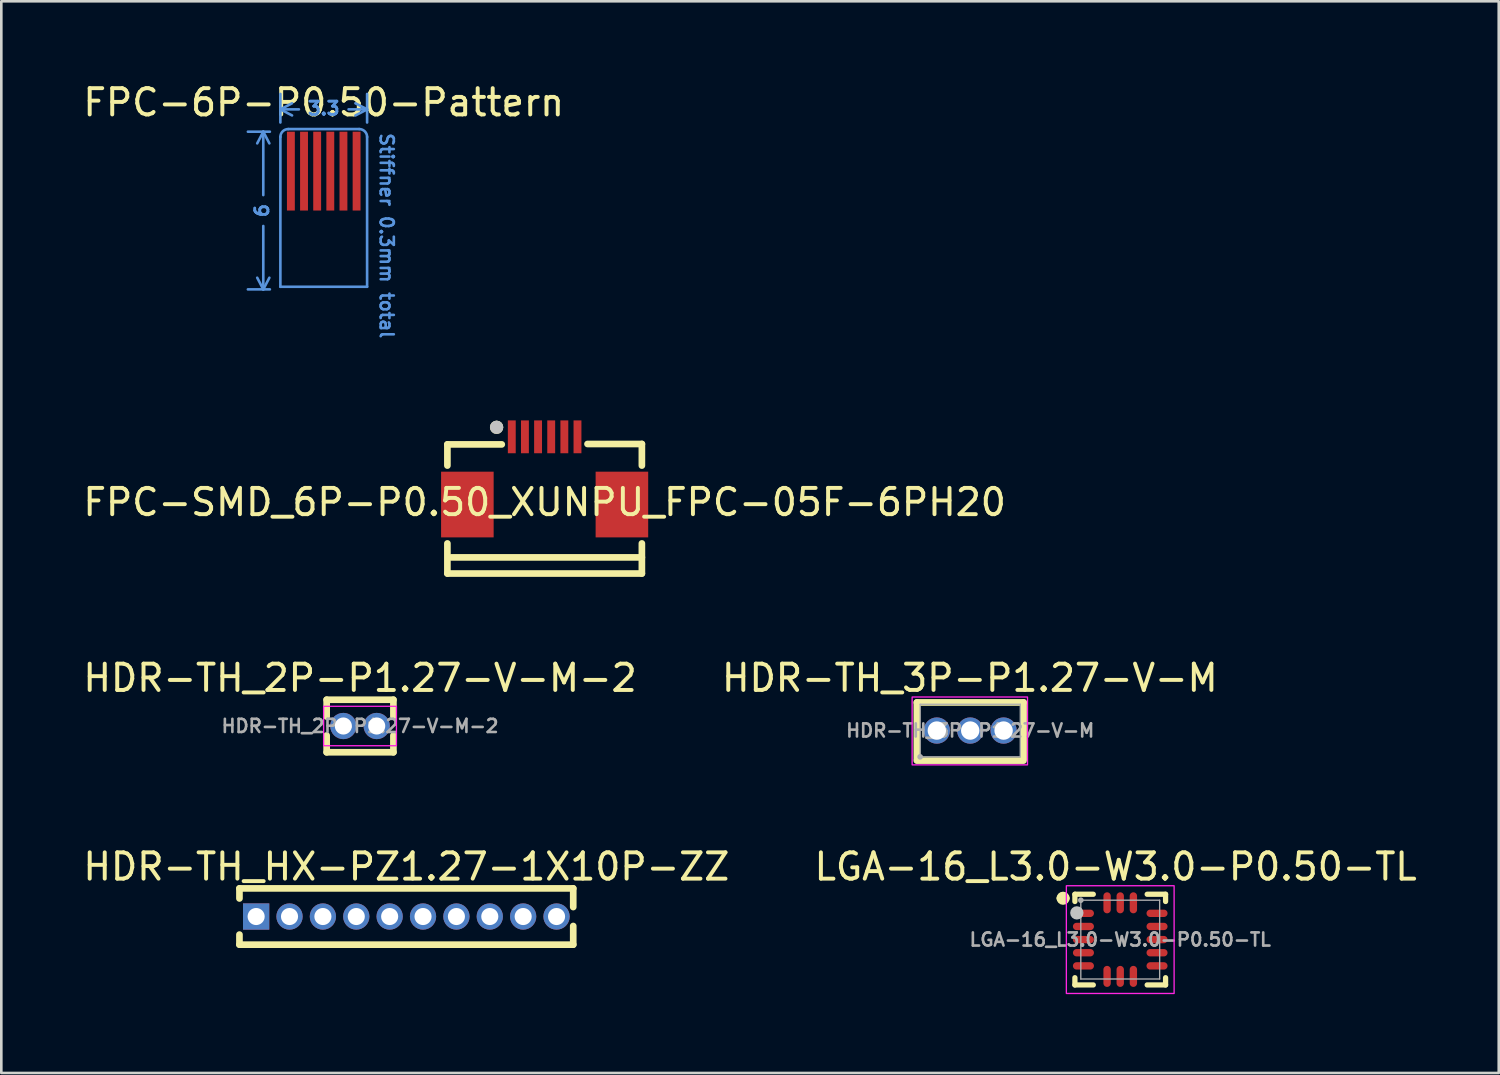
<source format=kicad_pcb>
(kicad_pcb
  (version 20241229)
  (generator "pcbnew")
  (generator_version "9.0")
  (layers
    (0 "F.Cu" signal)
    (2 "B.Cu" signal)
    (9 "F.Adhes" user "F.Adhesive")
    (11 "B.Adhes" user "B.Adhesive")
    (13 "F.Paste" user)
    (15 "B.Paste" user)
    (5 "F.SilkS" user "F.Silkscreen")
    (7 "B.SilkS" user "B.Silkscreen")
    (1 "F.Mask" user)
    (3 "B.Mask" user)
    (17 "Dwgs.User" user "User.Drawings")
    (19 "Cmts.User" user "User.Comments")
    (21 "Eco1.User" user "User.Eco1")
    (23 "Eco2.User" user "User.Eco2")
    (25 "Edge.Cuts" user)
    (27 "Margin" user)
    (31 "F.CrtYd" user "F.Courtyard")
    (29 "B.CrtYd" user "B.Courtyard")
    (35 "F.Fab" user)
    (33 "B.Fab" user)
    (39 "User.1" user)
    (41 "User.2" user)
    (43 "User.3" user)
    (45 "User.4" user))
  (footprint "FPC-6P-P0.50-Pattern"
    (layer "F.Cu")
    (at 9.268 3.461)
    (property "Reference" "FPC-6P-P0.50-Pattern" (at 0 -2.612 0) (layer "F.SilkS") (effects (font (size 1 1) (thickness 0.15))))
    (fp_line (start -1.65 4.4) (end -1.65 -1.3) (stroke (width 0.1) (type solid)) (layer "Cmts.User"))
    (fp_line (start -1.35 -1.6) (end 1.35 -1.6) (stroke (width 0.1) (type solid)) (layer "Cmts.User"))
    (fp_line (start 1.65 -1.3) (end 1.65 4.4) (stroke (width 0.1) (type solid)) (layer "Cmts.User"))
    (fp_line (start 1.65 4.4) (end -1.65 4.4) (stroke (width 0.1) (type solid)) (layer "Cmts.User"))
    (fp_arc (start -1.65 -1.3) (mid -1.562132 -1.512132) (end -1.35 -1.6) (stroke (width 0.1) (type solid)) (layer "Cmts.User"))
    (fp_arc (start 1.35 -1.6) (mid 1.562132 -1.512132) (end 1.65 -1.3) (stroke (width 0.1) (type solid)) (layer "Cmts.User"))
    (fp_text user "Stiffner 0.3mm total" (at 2.1 -1.5 270) (unlocked yes) (layer "Cmts.User") (effects (font (size 0.5 0.5) (thickness 0.1) (bold yes)) (justify left bottom)))
    (dimension (type orthogonal) (layer "Cmts.User") (pts (xy 7.618 2.111) (xy 10.918 2.111)) (height -1) (orientation 0) (format (prefix "") (suffix "") (units 3) (units_format 0) (precision 4) (suppress_zeroes yes)) (style (thickness 0.1) (arrow_length 0.5) (text_position_mode 2) (arrow_direction outward) (extension_height 0.586) (extension_offset 0.5) (keep_text_aligned yes)) (gr_text "3.3" (at 9.268 1.072 0) (layer "Cmts.User") (effects (font (size 0.5 0.5) (thickness 0.1) (bold yes)))))
    (dimension (type orthogonal) (layer "Cmts.User") (pts (xy 7.718 1.961) (xy 7.718 7.961)) (height -0.75) (orientation 1) (format (prefix "") (suffix "") (units 3) (units_format 0) (precision 4) (suppress_zeroes yes)) (style (thickness 0.1) (arrow_length 0.5) (text_position_mode 2) (arrow_direction outward) (extension_height 0.586) (extension_offset 0.5) (keep_text_aligned yes)) (gr_text "6" (at 6.918 4.961 90) (layer "Cmts.User") (effects (font (size 0.5 0.5) (thickness 0.1) (bold yes)))))
    (pad "1" smd rect (at -1.25 0) (size 0.3 3) (layers "F.Cu" "F.Mask"))
    (pad "2" smd rect (at -0.75 0) (size 0.3 3) (layers "F.Cu" "F.Mask"))
    (pad "3" smd rect (at -0.25 0) (size 0.3 3) (layers "F.Cu" "F.Mask"))
    (pad "4" smd rect (at 0.25 0) (size 0.3 3) (layers "F.Cu" "F.Mask"))
    (pad "5" smd rect (at 0.75 0) (size 0.3 3) (layers "F.Cu" "F.Mask"))
    (pad "6" smd rect (at 1.25 0) (size 0.3 3) (layers "F.Cu" "F.Mask")))
  (footprint "HDR-TH_2P-P1.27-V-M-2"
    (layer "F.Cu")
    (at 10.649 24.574)
    (property "Reference" "HDR-TH_2P-P1.27-V-M-2" (at 0 -1.827 0) (layer "F.SilkS") (effects (font (size 1 1) (thickness 0.15))))
    (fp_line (start -1.27 -1) (end 1.27 -1) (stroke (width 0.254) (type default)) (layer "F.SilkS"))
    (fp_line (start -1.27 -0.36) (end -1.27 -1) (stroke (width 0.254) (type default)) (layer "F.SilkS"))
    (fp_line (start -1.27 1) (end -1.27 0.36) (stroke (width 0.254) (type default)) (layer "F.SilkS"))
    (fp_line (start 1.27 -0.36) (end 1.27 -1) (stroke (width 0.254) (type default)) (layer "F.SilkS"))
    (fp_line (start 1.27 1) (end -1.27 1) (stroke (width 0.254) (type default)) (layer "F.SilkS"))
    (fp_line (start 1.27 1) (end 1.27 0.36) (stroke (width 0.254) (type default)) (layer "F.SilkS"))
    (fp_rect (start -1.385 -0.75) (end 1.385 0.75) (stroke (width 0.05) (type default)) (fill no) (layer "F.CrtYd"))
    (fp_text user "${REFERENCE}" (at 0 0 0) (layer "F.Fab") (effects (font (size 0.5 0.5) (thickness 0.1))))
    (pad "1" thru_hole circle (at -0.635 0) (size 1 1) (drill 0.65) (layers "*.Cu" "*.Mask"))
    (pad "2" thru_hole circle (at 0.635 0) (size 1 1) (drill 0.65) (layers "*.Cu" "*.Mask")))
  (footprint "HDR-TH_HX-PZ1.27-1X10P-ZZ"
    (layer "F.Cu")
    (at 12.411 31.823)
    (property "Reference" "HDR-TH_HX-PZ1.27-1X10P-ZZ" (at 0 -1.897 0) (layer "F.SilkS") (effects (font (size 1 1) (thickness 0.15))))
    (fp_line (start -6.35 -1.07) (end 6.35 -1.07) (stroke (width 0.254) (type default)) (layer "F.SilkS"))
    (fp_line (start -6.35 -0.687) (end -6.35 -1.07) (stroke (width 0.254) (type default)) (layer "F.SilkS"))
    (fp_line (start -6.35 1.07) (end -6.35 0.687) (stroke (width 0.254) (type default)) (layer "F.SilkS"))
    (fp_line (start -6.35 1.07) (end 6.35 1.07) (stroke (width 0.254) (type default)) (layer "F.SilkS"))
    (fp_line (start 6.35 -1.07) (end 6.35 -0.36) (stroke (width 0.254) (type default)) (layer "F.SilkS"))
    (fp_line (start 6.35 0.36) (end 6.35 1.07) (stroke (width 0.254) (type default)) (layer "F.SilkS"))
    (fp_poly (pts (xy -6.295 0.977) (xy -6.327 0.945) (xy -6.373 0.945) (xy -6.405 0.977) (xy -6.405 1.023) (xy -6.373 1.055) (xy -6.327 1.055) (xy -6.295 1.023)) (stroke (width 0.1) (type default)) (fill no) (layer "User.3"))
    (pad "1" thru_hole rect (at -5.715 0) (size 1 1) (drill 0.65) (layers "*.Cu" "*.Mask"))
    (pad "2" thru_hole circle (at -4.445 0) (size 1 1) (drill 0.65) (layers "*.Cu" "*.Mask"))
    (pad "3" thru_hole circle (at -3.175 0) (size 1 1) (drill 0.65) (layers "*.Cu" "*.Mask"))
    (pad "4" thru_hole circle (at -1.905 0) (size 1 1) (drill 0.65) (layers "*.Cu" "*.Mask"))
    (pad "5" thru_hole circle (at -0.635 0) (size 1 1) (drill 0.65) (layers "*.Cu" "*.Mask"))
    (pad "6" thru_hole circle (at 0.635 0) (size 1 1) (drill 0.65) (layers "*.Cu" "*.Mask"))
    (pad "7" thru_hole circle (at 1.905 0) (size 1 1) (drill 0.65) (layers "*.Cu" "*.Mask"))
    (pad "8" thru_hole circle (at 3.175 0) (size 1 1) (drill 0.65) (layers "*.Cu" "*.Mask"))
    (pad "9" thru_hole circle (at 4.445 0) (size 1 1) (drill 0.65) (layers "*.Cu" "*.Mask"))
    (pad "10" thru_hole circle (at 5.715 0) (size 1 1) (drill 0.65) (layers "*.Cu" "*.Mask")))
  (footprint "FPC-SMD_6P-P0.50_XUNPU_FPC-05F-6PH20"
    (layer "F.Cu")
    (at 17.673 14.859)
    (property "Reference" "FPC-SMD_6P-P0.50_XUNPU_FPC-05F-6PH20" (at 0 1.2 0) (layer "F.SilkS") (effects (font (size 1 1) (thickness 0.15))))
    (fp_line (start -3.7 -1) (end -1.631 -1) (stroke (width 0.254) (type default)) (layer "F.SilkS"))
    (fp_line (start -3.7 -0.194) (end -3.7 -1) (stroke (width 0.254) (type default)) (layer "F.SilkS"))
    (fp_line (start -3.7 3.913) (end -3.7 2.768) (stroke (width 0.254) (type default)) (layer "F.SilkS"))
    (fp_line (start -3.7 3.913) (end 3.7 3.913) (stroke (width 0.254) (type default)) (layer "F.SilkS"))
    (fp_line (start -3.55 3.3) (end 3.7 3.3) (stroke (width 0.254) (type default)) (layer "F.SilkS"))
    (fp_line (start 3.7 -1.016) (end 1.631 -1.016) (stroke (width 0.254) (type default)) (layer "F.SilkS"))
    (fp_line (start 3.7 -0.194) (end 3.7 -1.016) (stroke (width 0.254) (type default)) (layer "F.SilkS"))
    (fp_line (start 3.7 3.913) (end 3.7 2.768) (stroke (width 0.254) (type default)) (layer "F.SilkS"))
    (fp_circle (center -1.827 -1.651) (end -1.7 -1.651) (stroke (width 0.254) (type default)) (fill no) (layer "F.SilkS"))
    (fp_circle (center -1.827 -1.651) (end -1.7 -1.651) (stroke (width 0.254) (type default)) (fill no) (layer "Dwgs.User"))
    (fp_poly (pts (xy -3.7 1.8) (xy -2.25 1.8) (xy -2.25 0.7) (xy -3.7 0.7)) (stroke (width 0.1) (type default)) (fill no) (layer "User.1"))
    (fp_poly (pts (xy -1.35 -1.65) (xy -1.35 -0.8) (xy -1.15 -0.8) (xy -1.15 -1.65)) (stroke (width 0.1) (type default)) (fill no) (layer "User.1"))
    (fp_poly (pts (xy -0.85 -1.65) (xy -0.85 -0.8) (xy -0.65 -0.8) (xy -0.65 -1.65)) (stroke (width 0.1) (type default)) (fill no) (layer "User.1"))
    (fp_poly (pts (xy -0.35 -1.65) (xy -0.35 -0.8) (xy -0.15 -0.8) (xy -0.15 -1.65)) (stroke (width 0.1) (type default)) (fill no) (layer "User.1"))
    (fp_poly (pts (xy 0.15 -1.65) (xy 0.15 -0.8) (xy 0.35 -0.8) (xy 0.35 -1.65)) (stroke (width 0.1) (type default)) (fill no) (layer "User.1"))
    (fp_poly (pts (xy 0.65 -1.65) (xy 0.65 -0.8) (xy 0.85 -0.8) (xy 0.85 -1.65)) (stroke (width 0.1) (type default)) (fill no) (layer "User.1"))
    (fp_poly (pts (xy 1.15 -1.65) (xy 1.15 -0.8) (xy 1.35 -0.8) (xy 1.35 -1.65)) (stroke (width 0.1) (type default)) (fill no) (layer "User.1"))
    (fp_poly (pts (xy 3.7 0.7) (xy 2.25 0.7) (xy 2.25 1.8) (xy 3.7 1.8)) (stroke (width 0.1) (type default)) (fill no) (layer "User.1"))
    (fp_line (start -3.7 -0.8) (end -3.7 3.3) (stroke (width 0.051) (type default)) (layer "User.2"))
    (fp_line (start -3.7 3.3) (end -2.65 3.3) (stroke (width 0.051) (type default)) (layer "User.2"))
    (fp_line (start -3.6 -0.9) (end -3.7 -0.8) (stroke (width 0.051) (type default)) (layer "User.2"))
    (fp_line (start -3.3 3.4) (end -3.3 3.9) (stroke (width 0.051) (type default)) (layer "User.2"))
    (fp_line (start -3.3 3.9) (end -3.25 3.95) (stroke (width 0.051) (type default)) (layer "User.2"))
    (fp_line (start -3.25 3.35) (end -3.3 3.4) (stroke (width 0.051) (type default)) (layer "User.2"))
    (fp_line (start -3.25 3.95) (end 3.25 3.95) (stroke (width 0.051) (type default)) (layer "User.2"))
    (fp_line (start -2.65 3.3) (end -2.65 3.35) (stroke (width 0.051) (type default)) (layer "User.2"))
    (fp_line (start -2.65 3.35) (end -3.25 3.35) (stroke (width 0.051) (type default)) (layer "User.2"))
    (fp_line (start 2.65 3.3) (end 3.7 3.3) (stroke (width 0.051) (type default)) (layer "User.2"))
    (fp_line (start 2.65 3.35) (end 2.65 3.3) (stroke (width 0.051) (type default)) (layer "User.2"))
    (fp_line (start 3.25 3.35) (end 2.65 3.35) (stroke (width 0.051) (type default)) (layer "User.2"))
    (fp_line (start 3.25 3.95) (end 3.3 3.9) (stroke (width 0.051) (type default)) (layer "User.2"))
    (fp_line (start 3.3 3.4) (end 3.25 3.35) (stroke (width 0.051) (type default)) (layer "User.2"))
    (fp_line (start 3.3 3.9) (end 3.3 3.4) (stroke (width 0.051) (type default)) (layer "User.2"))
    (fp_line (start 3.6 -0.9) (end -3.6 -0.9) (stroke (width 0.051) (type default)) (layer "User.2"))
    (fp_line (start 3.7 -0.8) (end 3.6 -0.9) (stroke (width 0.051) (type default)) (layer "User.2"))
    (fp_line (start 3.7 0) (end 3.7 -0.8) (stroke (width 0.051) (type default)) (layer "User.2"))
    (fp_line (start 3.7 3.3) (end 3.7 0) (stroke (width 0.051) (type default)) (layer "User.2"))
    (fp_poly (pts (xy -3.645 -1.673) (xy -3.677 -1.705) (xy -3.723 -1.705) (xy -3.755 -1.673) (xy -3.755 -1.627) (xy -3.723 -1.595) (xy -3.677 -1.595) (xy -3.645 -1.627)) (stroke (width 0.1) (type default)) (fill no) (layer "User.3"))
    (pad "1" smd rect (at -1.25 -1.288) (size 0.3 1.25) (layers "F.Cu" "F.Mask" "F.Paste"))
    (pad "2" smd rect (at -0.75 -1.288) (size 0.3 1.25) (layers "F.Cu" "F.Mask" "F.Paste"))
    (pad "3" smd rect (at -0.25 -1.288) (size 0.3 1.25) (layers "F.Cu" "F.Mask" "F.Paste"))
    (pad "4" smd rect (at 0.25 -1.288) (size 0.3 1.25) (layers "F.Cu" "F.Mask" "F.Paste"))
    (pad "5" smd rect (at 0.75 -1.288) (size 0.3 1.25) (layers "F.Cu" "F.Mask" "F.Paste"))
    (pad "6" smd rect (at 1.25 -1.288) (size 0.3 1.25) (layers "F.Cu" "F.Mask" "F.Paste"))
    (pad "7" smd rect (at 2.94 1.288) (size 2 2.5) (layers "F.Cu" "F.Mask" "F.Paste"))
    (pad "8" smd rect (at -2.94 1.288) (size 2 2.5) (layers "F.Cu" "F.Mask" "F.Paste")))
  (footprint "HDR-TH_3P-P1.27-V-M"
    (layer "F.Cu")
    (at 33.866 24.747)
    (property "Reference" "HDR-TH_3P-P1.27-V-M" (at -0.015 -2.001 0) (layer "F.SilkS") (effects (font (size 1 1) (thickness 0.15))))
    (fp_line (start -2.032 1.143) (end 2.028 1.143) (stroke (width 0.254) (type default)) (layer "F.SilkS"))
    (fp_line (start -2.03 -1.07) (end -2.03 1.07) (stroke (width 0.254) (type default)) (layer "F.SilkS"))
    (fp_line (start -2.03 -1.07) (end 2.03 -1.07) (stroke (width 0.254) (type default)) (layer "F.SilkS"))
    (fp_line (start 2.03 -1.07) (end 2.03 1.07) (stroke (width 0.254) (type default)) (layer "F.SilkS"))
    (fp_rect (start -2.21 -1.276) (end 2.18 1.305) (stroke (width 0.05) (type default)) (fill no) (layer "F.CrtYd"))
    (fp_line (start -1.905 -1) (end 1.905 -1) (stroke (width 0.051) (type default)) (layer "F.Fab"))
    (fp_line (start -1.905 1) (end -1.905 -1) (stroke (width 0.051) (type default)) (layer "F.Fab"))
    (fp_line (start 1.905 -1) (end 1.905 1) (stroke (width 0.051) (type default)) (layer "F.Fab"))
    (fp_line (start 1.905 1) (end -1.905 1) (stroke (width 0.051) (type default)) (layer "F.Fab"))
    (fp_poly (pts (xy -1.85 0.977) (xy -1.882 0.945) (xy -1.928 0.945) (xy -1.96 0.977) (xy -1.96 1.023) (xy -1.928 1.055) (xy -1.882 1.055) (xy -1.85 1.023)) (stroke (width 0.1) (type default)) (fill no) (layer "F.Fab"))
    (fp_poly (pts (xy -1.47 -0.2) (xy -1.07 -0.2) (xy -1.07 0.2) (xy -1.47 0.2)) (stroke (width 0.1) (type default)) (fill no) (layer "User.1"))
    (fp_poly (pts (xy -0.2 -0.2) (xy 0.2 -0.2) (xy 0.2 0.2) (xy -0.2 0.2)) (stroke (width 0.1) (type default)) (fill no) (layer "User.1"))
    (fp_poly (pts (xy 1.07 -0.2) (xy 1.47 -0.2) (xy 1.47 0.2) (xy 1.07 0.2)) (stroke (width 0.1) (type default)) (fill no) (layer "User.1"))
    (fp_text user "${REFERENCE}" (at 0 0 0) (layer "F.Fab") (effects (font (size 0.5 0.5) (thickness 0.1))))
    (pad "1" thru_hole circle (at -1.27 0) (size 1 1) (drill 0.7) (layers "*.Cu" "*.Mask"))
    (pad "2" thru_hole circle (at 0 0) (size 1 1) (drill 0.7) (layers "*.Cu" "*.Mask"))
    (pad "3" thru_hole circle (at 1.27 0) (size 1 1) (drill 0.7) (layers "*.Cu" "*.Mask")))
  (footprint "LGA-16_L3.0-W3.0-P0.50-TL"
    (layer "F.Cu")
    (at 39.574 32.701)
    (property "Reference" "LGA-16_L3.0-W3.0-P0.50-TL" (at -0.175 -2.775 0) (layer "F.SilkS") (effects (font (size 1 1) (thickness 0.15))))
    (fp_line (start -1.725 -1.725) (end -1.025 -1.725) (stroke (width 0.2) (type default)) (layer "F.SilkS"))
    (fp_line (start -1.725 -1.45) (end -1.725 -1.725) (stroke (width 0.2) (type default)) (layer "F.SilkS"))
    (fp_line (start -1.725 1.45) (end -1.725 1.725) (stroke (width 0.2) (type default)) (layer "F.SilkS"))
    (fp_line (start -1.725 1.725) (end -1.025 1.725) (stroke (width 0.2) (type default)) (layer "F.SilkS"))
    (fp_line (start 1.025 -1.725) (end 1.725 -1.725) (stroke (width 0.2) (type default)) (layer "F.SilkS"))
    (fp_line (start 1.025 1.725) (end 1.725 1.725) (stroke (width 0.2) (type default)) (layer "F.SilkS"))
    (fp_line (start 1.725 -1.725) (end 1.725 -1.45) (stroke (width 0.2) (type default)) (layer "F.SilkS"))
    (fp_line (start 1.725 1.725) (end 1.725 1.45) (stroke (width 0.2) (type default)) (layer "F.SilkS"))
    (fp_arc (start -2.2995 -1.5735) (mid -2.17525 -1.698498) (end -2.0495 -1.575) (stroke (width 0.25) (type default)) (layer "F.SilkS"))
    (fp_arc (start -2.0495 -1.5725) (mid -2.175 -1.448497) (end -2.2995 -1.5735) (stroke (width 0.25) (type default)) (layer "F.SilkS"))
    (fp_circle (center -1.651 -1.016) (end -1.524 -1.016) (stroke (width 0.254) (type default)) (fill no) (layer "Dwgs.User"))
    (fp_rect (start -2.05 -2.05) (end 2.05 2.05) (stroke (width 0.05) (type default)) (fill no) (layer "F.CrtYd"))
    (fp_line (start -1.5 -1.5) (end 1.5 -1.5) (stroke (width 0.051) (type default)) (layer "F.Fab"))
    (fp_line (start -1.5 1.5) (end -1.5 -1.5) (stroke (width 0.051) (type default)) (layer "F.Fab"))
    (fp_line (start 1.5 -1.5) (end 1.5 1.5) (stroke (width 0.051) (type default)) (layer "F.Fab"))
    (fp_line (start 1.5 1.5) (end -1.5 1.5) (stroke (width 0.051) (type default)) (layer "F.Fab"))
    (fp_poly (pts (xy -1.445 -1.523) (xy -1.477 -1.555) (xy -1.523 -1.555) (xy -1.555 -1.523) (xy -1.555 -1.477) (xy -1.523 -1.445) (xy -1.477 -1.445) (xy -1.445 -1.477)) (stroke (width 0.1) (type default)) (fill no) (layer "F.Fab"))
    (fp_poly (pts (xy -1.05 -1.13) (xy -1.05 -0.88) (xy -1.399 -0.88) (xy -1.399 -1.13)) (stroke (width 0.1) (type default)) (fill no) (layer "User.1"))
    (fp_poly (pts (xy -1.05 -0.63) (xy -1.05 -0.38) (xy -1.399 -0.38) (xy -1.399 -0.63)) (stroke (width 0.1) (type default)) (fill no) (layer "User.1"))
    (fp_poly (pts (xy -1.05 -0.13) (xy -1.05 0.12) (xy -1.399 0.12) (xy -1.399 -0.13)) (stroke (width 0.1) (type default)) (fill no) (layer "User.1"))
    (fp_poly (pts (xy -1.05 0.37) (xy -1.05 0.62) (xy -1.399 0.62) (xy -1.399 0.37)) (stroke (width 0.1) (type default)) (fill no) (layer "User.1"))
    (fp_poly (pts (xy -1.05 0.87) (xy -1.05 1.12) (xy -1.399 1.12) (xy -1.399 0.87)) (stroke (width 0.1) (type default)) (fill no) (layer "User.1"))
    (fp_poly (pts (xy -0.625 -1.4) (xy -0.375 -1.4) (xy -0.375 -1.05) (xy -0.625 -1.05)) (stroke (width 0.1) (type default)) (fill no) (layer "User.1"))
    (fp_poly (pts (xy -0.375 1.399) (xy -0.625 1.399) (xy -0.625 1.05) (xy -0.375 1.05)) (stroke (width 0.1) (type default)) (fill no) (layer "User.1"))
    (fp_poly (pts (xy -0.125 -1.4) (xy 0.125 -1.4) (xy 0.125 -1.05) (xy -0.125 -1.05)) (stroke (width 0.1) (type default)) (fill no) (layer "User.1"))
    (fp_poly (pts (xy 0.125 1.399) (xy -0.125 1.399) (xy -0.125 1.05) (xy 0.125 1.05)) (stroke (width 0.1) (type default)) (fill no) (layer "User.1"))
    (fp_poly (pts (xy 0.375 -1.4) (xy 0.625 -1.4) (xy 0.625 -1.05) (xy 0.375 -1.05)) (stroke (width 0.1) (type default)) (fill no) (layer "User.1"))
    (fp_poly (pts (xy 0.625 1.399) (xy 0.375 1.399) (xy 0.375 1.05) (xy 0.625 1.05)) (stroke (width 0.1) (type default)) (fill no) (layer "User.1"))
    (fp_poly (pts (xy 1.05 -0.87) (xy 1.05 -1.12) (xy 1.4 -1.12) (xy 1.4 -0.87)) (stroke (width 0.1) (type default)) (fill no) (layer "User.1"))
    (fp_poly (pts (xy 1.05 -0.37) (xy 1.05 -0.62) (xy 1.4 -0.62) (xy 1.4 -0.37)) (stroke (width 0.1) (type default)) (fill no) (layer "User.1"))
    (fp_poly (pts (xy 1.05 0.13) (xy 1.05 -0.12) (xy 1.4 -0.12) (xy 1.4 0.13)) (stroke (width 0.1) (type default)) (fill no) (layer "User.1"))
    (fp_poly (pts (xy 1.05 0.63) (xy 1.05 0.38) (xy 1.4 0.38) (xy 1.4 0.63)) (stroke (width 0.1) (type default)) (fill no) (layer "User.1"))
    (fp_poly (pts (xy 1.05 1.13) (xy 1.05 0.88) (xy 1.4 0.88) (xy 1.4 1.13)) (stroke (width 0.1) (type default)) (fill no) (layer "User.1"))
    (fp_text user "${REFERENCE}" (at 0 0 0) (layer "F.Fab") (effects (font (size 0.5 0.5) (thickness 0.1))))
    (pad "1" smd oval (at -1.4 -1) (size 0.8 0.28) (layers "F.Cu" "F.Mask" "F.Paste"))
    (pad "2" smd oval (at -1.4 -0.5) (size 0.8 0.28) (layers "F.Cu" "F.Mask" "F.Paste"))
    (pad "3" smd oval (at -1.4 0) (size 0.8 0.28) (layers "F.Cu" "F.Mask" "F.Paste"))
    (pad "4" smd oval (at -1.4 0.5) (size 0.8 0.28) (layers "F.Cu" "F.Mask" "F.Paste"))
    (pad "5" smd oval (at -1.4 1) (size 0.8 0.28) (layers "F.Cu" "F.Mask" "F.Paste"))
    (pad "6" smd oval (at -0.5 1.4) (size 0.28 0.8) (layers "F.Cu" "F.Mask" "F.Paste"))
    (pad "7" smd oval (at 0 1.4) (size 0.28 0.8) (layers "F.Cu" "F.Mask" "F.Paste"))
    (pad "8" smd oval (at 0.5 1.4) (size 0.28 0.8) (layers "F.Cu" "F.Mask" "F.Paste"))
    (pad "9" smd oval (at 1.4 1) (size 0.8 0.28) (layers "F.Cu" "F.Mask" "F.Paste"))
    (pad "10" smd oval (at 1.4 0.5) (size 0.8 0.28) (layers "F.Cu" "F.Mask" "F.Paste"))
    (pad "11" smd oval (at 1.4 0) (size 0.8 0.28) (layers "F.Cu" "F.Mask" "F.Paste"))
    (pad "12" smd oval (at 1.4 -0.5) (size 0.8 0.28) (layers "F.Cu" "F.Mask" "F.Paste"))
    (pad "13" smd oval (at 1.4 -1) (size 0.8 0.28) (layers "F.Cu" "F.Mask" "F.Paste"))
    (pad "14" smd oval (at 0.5 -1.4) (size 0.28 0.8) (layers "F.Cu" "F.Mask" "F.Paste"))
    (pad "15" smd oval (at 0 -1.4) (size 0.28 0.8) (layers "F.Cu" "F.Mask" "F.Paste"))
    (pad "16" smd oval (at -0.5 -1.4) (size 0.28 0.8) (layers "F.Cu" "F.Mask" "F.Paste")))
  (gr_rect
    (start -3 -3)
    (end 53.976 37.776)
    (stroke (width 0.1) (type default))
    (fill no)
    (layer "Edge.Cuts")))
</source>
